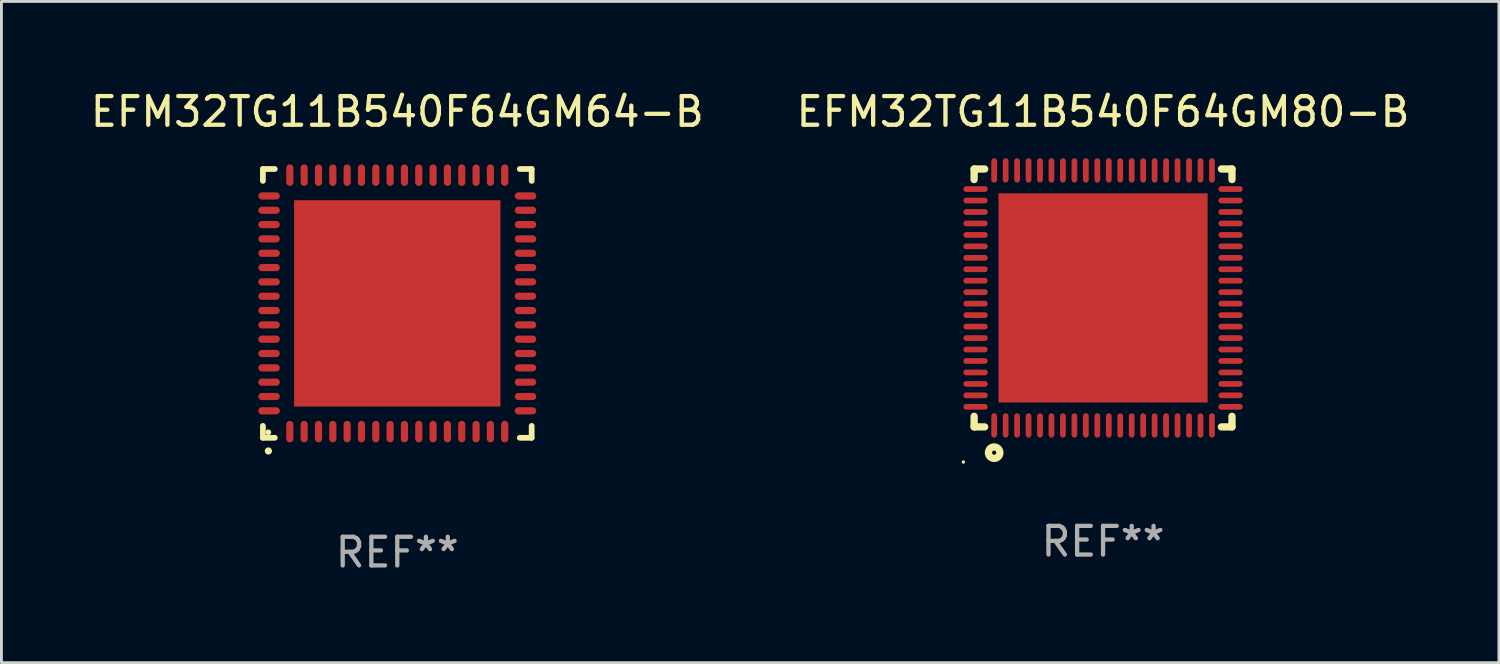
<source format=kicad_pcb>
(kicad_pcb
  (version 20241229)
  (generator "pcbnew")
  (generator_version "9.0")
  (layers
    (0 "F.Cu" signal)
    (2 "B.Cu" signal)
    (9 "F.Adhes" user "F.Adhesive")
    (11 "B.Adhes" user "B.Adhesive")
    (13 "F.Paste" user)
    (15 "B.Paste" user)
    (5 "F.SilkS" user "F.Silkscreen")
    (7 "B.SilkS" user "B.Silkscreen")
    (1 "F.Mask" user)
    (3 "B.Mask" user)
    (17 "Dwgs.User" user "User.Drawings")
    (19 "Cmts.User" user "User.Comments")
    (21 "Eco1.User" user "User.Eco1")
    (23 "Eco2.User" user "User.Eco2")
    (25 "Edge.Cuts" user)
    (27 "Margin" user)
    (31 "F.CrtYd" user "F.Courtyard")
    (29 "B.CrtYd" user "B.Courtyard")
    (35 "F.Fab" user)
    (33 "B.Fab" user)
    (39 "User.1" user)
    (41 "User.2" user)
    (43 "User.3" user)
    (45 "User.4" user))
  (footprint "EFM32TG11B540F64GM80-B"
    (layer "F.Cu")
    (at 35.446 7.348)
    (property "Reference" "EFM32TG11B540F64GM80-B" (at 0 -6.5 0) (layer "F.SilkS") (effects (font (size 1 1) (thickness 0.15))))
    (attr through_hole)
    (fp_line (start -4.5 -4.131) (end -4.5 -4.5) (stroke (width 0.254) (type solid)) (layer "F.SilkS"))
    (fp_line (start -4.5 4.5) (end -4.5 4.131) (stroke (width 0.254) (type solid)) (layer "F.SilkS"))
    (fp_line (start -4.5 -4.5) (end -4.131 -4.5) (stroke (width 0.254) (type solid)) (layer "F.SilkS"))
    (fp_line (start -4.131 4.5) (end -4.5 4.5) (stroke (width 0.254) (type solid)) (layer "F.SilkS"))
    (fp_line (start 4.131 -4.5) (end 4.5 -4.5) (stroke (width 0.254) (type solid)) (layer "F.SilkS"))
    (fp_line (start 4.5 -4.5) (end 4.5 -4.131) (stroke (width 0.254) (type solid)) (layer "F.SilkS"))
    (fp_line (start 4.5 4.131) (end 4.5 4.5) (stroke (width 0.254) (type solid)) (layer "F.SilkS"))
    (fp_line (start 4.5 4.5) (end 4.131 4.5) (stroke (width 0.254) (type solid)) (layer "F.SilkS"))
    (fp_circle (center -4.875 5.727) (end -4.845 5.727) (stroke (width 0.06) (type solid)) (fill no) (layer "F.SilkS"))
    (fp_circle (center -3.8 5.4) (end -3.6 5.4) (stroke (width 0.254) (type solid)) (fill no) (layer "F.SilkS"))
    (fp_text user "REF**" (at 0 8.5 0) (layer "F.Fab") (effects (font (size 1 1) (thickness 0.15))))
    (pad "1" smd oval (at -3.8 4.45 180) (size 0.2 0.85) (layers "F.Cu" "F.Mask" "F.Paste"))
    (pad "2" smd oval (at -3.4 4.45 180) (size 0.2 0.85) (layers "F.Cu" "F.Mask" "F.Paste"))
    (pad "3" smd oval (at -3 4.45 180) (size 0.2 0.85) (layers "F.Cu" "F.Mask" "F.Paste"))
    (pad "4" smd oval (at -2.6 4.45 180) (size 0.2 0.85) (layers "F.Cu" "F.Mask" "F.Paste"))
    (pad "5" smd oval (at -2.2 4.45 180) (size 0.2 0.85) (layers "F.Cu" "F.Mask" "F.Paste"))
    (pad "6" smd oval (at -1.8 4.45 180) (size 0.2 0.85) (layers "F.Cu" "F.Mask" "F.Paste"))
    (pad "7" smd oval (at -1.4 4.45 180) (size 0.2 0.85) (layers "F.Cu" "F.Mask" "F.Paste"))
    (pad "8" smd oval (at -1 4.45 180) (size 0.2 0.85) (layers "F.Cu" "F.Mask" "F.Paste"))
    (pad "9" smd oval (at -0.6 4.45 180) (size 0.2 0.85) (layers "F.Cu" "F.Mask" "F.Paste"))
    (pad "10" smd oval (at -0.2 4.45 180) (size 0.2 0.85) (layers "F.Cu" "F.Mask" "F.Paste"))
    (pad "11" smd oval (at 0.2 4.45 180) (size 0.2 0.85) (layers "F.Cu" "F.Mask" "F.Paste"))
    (pad "12" smd oval (at 0.6 4.45 180) (size 0.2 0.85) (layers "F.Cu" "F.Mask" "F.Paste"))
    (pad "13" smd oval (at 1 4.45 180) (size 0.2 0.85) (layers "F.Cu" "F.Mask" "F.Paste"))
    (pad "14" smd oval (at 1.4 4.45 180) (size 0.2 0.85) (layers "F.Cu" "F.Mask" "F.Paste"))
    (pad "15" smd oval (at 1.8 4.45 180) (size 0.2 0.85) (layers "F.Cu" "F.Mask" "F.Paste"))
    (pad "16" smd oval (at 2.2 4.45 180) (size 0.2 0.85) (layers "F.Cu" "F.Mask" "F.Paste"))
    (pad "17" smd oval (at 2.6 4.45 180) (size 0.2 0.85) (layers "F.Cu" "F.Mask" "F.Paste"))
    (pad "18" smd oval (at 3 4.45 180) (size 0.2 0.85) (layers "F.Cu" "F.Mask" "F.Paste"))
    (pad "19" smd oval (at 3.4 4.45 180) (size 0.2 0.85) (layers "F.Cu" "F.Mask" "F.Paste"))
    (pad "20" smd oval (at 3.8 4.45) (size 0.2 0.85) (layers "F.Cu" "F.Mask" "F.Paste"))
    (pad "21" smd oval (at 4.45 3.8 270) (size 0.2 0.85) (layers "F.Cu" "F.Mask" "F.Paste"))
    (pad "22" smd oval (at 4.45 3.4 90) (size 0.2 0.85) (layers "F.Cu" "F.Mask" "F.Paste"))
    (pad "23" smd oval (at 4.45 3 90) (size 0.2 0.85) (layers "F.Cu" "F.Mask" "F.Paste"))
    (pad "24" smd oval (at 4.45 2.6 90) (size 0.2 0.85) (layers "F.Cu" "F.Mask" "F.Paste"))
    (pad "25" smd oval (at 4.45 2.2 90) (size 0.2 0.85) (layers "F.Cu" "F.Mask" "F.Paste"))
    (pad "26" smd oval (at 4.45 1.8 90) (size 0.2 0.85) (layers "F.Cu" "F.Mask" "F.Paste"))
    (pad "27" smd oval (at 4.45 1.4 90) (size 0.2 0.85) (layers "F.Cu" "F.Mask" "F.Paste"))
    (pad "28" smd oval (at 4.45 1 90) (size 0.2 0.85) (layers "F.Cu" "F.Mask" "F.Paste"))
    (pad "29" smd oval (at 4.45 0.6 90) (size 0.2 0.85) (layers "F.Cu" "F.Mask" "F.Paste"))
    (pad "30" smd oval (at 4.45 0.2 90) (size 0.2 0.85) (layers "F.Cu" "F.Mask" "F.Paste"))
    (pad "31" smd oval (at 4.45 -0.2 90) (size 0.2 0.85) (layers "F.Cu" "F.Mask" "F.Paste"))
    (pad "32" smd oval (at 4.45 -0.6 90) (size 0.2 0.85) (layers "F.Cu" "F.Mask" "F.Paste"))
    (pad "33" smd oval (at 4.45 -1 90) (size 0.2 0.85) (layers "F.Cu" "F.Mask" "F.Paste"))
    (pad "34" smd oval (at 4.45 -1.4 90) (size 0.2 0.85) (layers "F.Cu" "F.Mask" "F.Paste"))
    (pad "35" smd oval (at 4.45 -1.8 90) (size 0.2 0.85) (layers "F.Cu" "F.Mask" "F.Paste"))
    (pad "36" smd oval (at 4.45 -2.2 90) (size 0.2 0.85) (layers "F.Cu" "F.Mask" "F.Paste"))
    (pad "37" smd oval (at 4.45 -2.6 90) (size 0.2 0.85) (layers "F.Cu" "F.Mask" "F.Paste"))
    (pad "38" smd oval (at 4.45 -3 90) (size 0.2 0.85) (layers "F.Cu" "F.Mask" "F.Paste"))
    (pad "39" smd oval (at 4.45 -3.4 90) (size 0.2 0.85) (layers "F.Cu" "F.Mask" "F.Paste"))
    (pad "40" smd oval (at 4.45 -3.8 90) (size 0.2 0.85) (layers "F.Cu" "F.Mask" "F.Paste"))
    (pad "41" smd oval (at 3.8 -4.45) (size 0.2 0.85) (layers "F.Cu" "F.Mask" "F.Paste"))
    (pad "42" smd oval (at 3.4 -4.45 180) (size 0.2 0.85) (layers "F.Cu" "F.Mask" "F.Paste"))
    (pad "43" smd oval (at 3 -4.45 180) (size 0.2 0.85) (layers "F.Cu" "F.Mask" "F.Paste"))
    (pad "44" smd oval (at 2.6 -4.45 180) (size 0.2 0.85) (layers "F.Cu" "F.Mask" "F.Paste"))
    (pad "45" smd oval (at 2.2 -4.45 180) (size 0.2 0.85) (layers "F.Cu" "F.Mask" "F.Paste"))
    (pad "46" smd oval (at 1.8 -4.45 180) (size 0.2 0.85) (layers "F.Cu" "F.Mask" "F.Paste"))
    (pad "47" smd oval (at 1.4 -4.45 180) (size 0.2 0.85) (layers "F.Cu" "F.Mask" "F.Paste"))
    (pad "48" smd oval (at 1 -4.45 180) (size 0.2 0.85) (layers "F.Cu" "F.Mask" "F.Paste"))
    (pad "49" smd oval (at 0.6 -4.45 180) (size 0.2 0.85) (layers "F.Cu" "F.Mask" "F.Paste"))
    (pad "50" smd oval (at 0.2 -4.45 180) (size 0.2 0.85) (layers "F.Cu" "F.Mask" "F.Paste"))
    (pad "51" smd oval (at -0.2 -4.45 180) (size 0.2 0.85) (layers "F.Cu" "F.Mask" "F.Paste"))
    (pad "52" smd oval (at -0.6 -4.45 180) (size 0.2 0.85) (layers "F.Cu" "F.Mask" "F.Paste"))
    (pad "53" smd oval (at -1 -4.45 180) (size 0.2 0.85) (layers "F.Cu" "F.Mask" "F.Paste"))
    (pad "54" smd oval (at -1.4 -4.45 180) (size 0.2 0.85) (layers "F.Cu" "F.Mask" "F.Paste"))
    (pad "55" smd oval (at -1.8 -4.45 180) (size 0.2 0.85) (layers "F.Cu" "F.Mask" "F.Paste"))
    (pad "56" smd oval (at -2.2 -4.45 180) (size 0.2 0.85) (layers "F.Cu" "F.Mask" "F.Paste"))
    (pad "57" smd oval (at -2.6 -4.45 180) (size 0.2 0.85) (layers "F.Cu" "F.Mask" "F.Paste"))
    (pad "58" smd oval (at -3 -4.45 180) (size 0.2 0.85) (layers "F.Cu" "F.Mask" "F.Paste"))
    (pad "59" smd oval (at -3.4 -4.45 180) (size 0.2 0.85) (layers "F.Cu" "F.Mask" "F.Paste"))
    (pad "60" smd oval (at -3.8 -4.45 180) (size 0.2 0.85) (layers "F.Cu" "F.Mask" "F.Paste"))
    (pad "61" smd oval (at -4.45 -3.8 90) (size 0.2 0.85) (layers "F.Cu" "F.Mask" "F.Paste"))
    (pad "62" smd oval (at -4.45 -3.4 90) (size 0.2 0.85) (layers "F.Cu" "F.Mask" "F.Paste"))
    (pad "63" smd oval (at -4.45 -3 90) (size 0.2 0.85) (layers "F.Cu" "F.Mask" "F.Paste"))
    (pad "64" smd oval (at -4.45 -2.6 90) (size 0.2 0.85) (layers "F.Cu" "F.Mask" "F.Paste"))
    (pad "65" smd oval (at -4.45 -2.2 90) (size 0.2 0.85) (layers "F.Cu" "F.Mask" "F.Paste"))
    (pad "66" smd oval (at -4.45 -1.8 90) (size 0.2 0.85) (layers "F.Cu" "F.Mask" "F.Paste"))
    (pad "67" smd oval (at -4.45 -1.4 90) (size 0.2 0.85) (layers "F.Cu" "F.Mask" "F.Paste"))
    (pad "68" smd oval (at -4.45 -1 90) (size 0.2 0.85) (layers "F.Cu" "F.Mask" "F.Paste"))
    (pad "69" smd oval (at -4.45 -0.6 90) (size 0.2 0.85) (layers "F.Cu" "F.Mask" "F.Paste"))
    (pad "70" smd oval (at -4.45 -0.2 90) (size 0.2 0.85) (layers "F.Cu" "F.Mask" "F.Paste"))
    (pad "71" smd oval (at -4.45 0.2 90) (size 0.2 0.85) (layers "F.Cu" "F.Mask" "F.Paste"))
    (pad "72" smd oval (at -4.45 0.6 90) (size 0.2 0.85) (layers "F.Cu" "F.Mask" "F.Paste"))
    (pad "73" smd oval (at -4.45 1 90) (size 0.2 0.85) (layers "F.Cu" "F.Mask" "F.Paste"))
    (pad "74" smd oval (at -4.45 1.4 90) (size 0.2 0.85) (layers "F.Cu" "F.Mask" "F.Paste"))
    (pad "75" smd oval (at -4.45 1.8 90) (size 0.2 0.85) (layers "F.Cu" "F.Mask" "F.Paste"))
    (pad "76" smd oval (at -4.45 2.2 90) (size 0.2 0.85) (layers "F.Cu" "F.Mask" "F.Paste"))
    (pad "77" smd oval (at -4.45 2.6 90) (size 0.2 0.85) (layers "F.Cu" "F.Mask" "F.Paste"))
    (pad "78" smd oval (at -4.45 3 90) (size 0.2 0.85) (layers "F.Cu" "F.Mask" "F.Paste"))
    (pad "79" smd oval (at -4.45 3.4 90) (size 0.2 0.85) (layers "F.Cu" "F.Mask" "F.Paste"))
    (pad "80" smd oval (at -4.45 3.8 270) (size 0.2 0.85) (layers "F.Cu" "F.Mask" "F.Paste"))
    (pad "81" smd rect (at 0.000013 -0.000013) (size 7.3 7.3) (layers "F.Cu" "F.Mask" "F.Paste")))
  (footprint "EFM32TG11B540F64GM64-B"
    (layer "F.Cu")
    (at 10.815 7.538)
    (property "Reference" "EFM32TG11B540F64GM64-B" (at 0 -6.69 0) (layer "F.SilkS") (effects (font (size 1 1) (thickness 0.15))))
    (attr through_hole)
    (fp_line (start -4.69 -4.69) (end -4.275 -4.69) (stroke (width 0.2) (type solid)) (layer "F.SilkS"))
    (fp_line (start -4.69 -4.275) (end -4.69 -4.69) (stroke (width 0.2) (type solid)) (layer "F.SilkS"))
    (fp_line (start -4.69 4.69) (end -4.69 4.275) (stroke (width 0.2) (type solid)) (layer "F.SilkS"))
    (fp_line (start -4.275 4.69) (end -4.69 4.69) (stroke (width 0.2) (type solid)) (layer "F.SilkS"))
    (fp_line (start 4.275 4.69) (end 4.69 4.69) (stroke (width 0.2) (type solid)) (layer "F.SilkS"))
    (fp_line (start 4.69 -4.69) (end 4.275 -4.69) (stroke (width 0.2) (type solid)) (layer "F.SilkS"))
    (fp_line (start 4.69 -4.275) (end 4.69 -4.69) (stroke (width 0.2) (type solid)) (layer "F.SilkS"))
    (fp_line (start 4.69 4.69) (end 4.69 4.275) (stroke (width 0.2) (type solid)) (layer "F.SilkS"))
    (fp_arc (start -4.499886 5.15) (mid -4.498616 5.149994) (end -4.497346 5.15) (stroke (width 0.24892) (type solid)) (layer "F.SilkS"))
    (fp_circle (center -4.5 4.5) (end -4.45 4.5) (stroke (width 0.1) (type solid)) (fill no) (layer "F.SilkS"))
    (fp_text user "REF**" (at 0 8.69 0) (layer "F.Fab") (effects (font (size 1 1) (thickness 0.15))))
    (pad "1" smd oval (at -3.75 4.475) (size 0.25 0.75) (layers "F.Cu" "F.Mask" "F.Paste"))
    (pad "2" smd oval (at -3.25 4.475) (size 0.25 0.75) (layers "F.Cu" "F.Mask" "F.Paste"))
    (pad "3" smd oval (at -2.75 4.475) (size 0.25 0.75) (layers "F.Cu" "F.Mask" "F.Paste"))
    (pad "4" smd oval (at -2.25 4.475) (size 0.25 0.75) (layers "F.Cu" "F.Mask" "F.Paste"))
    (pad "5" smd oval (at -1.75 4.475) (size 0.25 0.75) (layers "F.Cu" "F.Mask" "F.Paste"))
    (pad "6" smd oval (at -1.25 4.475) (size 0.25 0.75) (layers "F.Cu" "F.Mask" "F.Paste"))
    (pad "7" smd oval (at -0.75 4.475) (size 0.25 0.75) (layers "F.Cu" "F.Mask" "F.Paste"))
    (pad "8" smd oval (at -0.25 4.475) (size 0.25 0.75) (layers "F.Cu" "F.Mask" "F.Paste"))
    (pad "9" smd oval (at 0.25 4.475) (size 0.25 0.75) (layers "F.Cu" "F.Mask" "F.Paste"))
    (pad "10" smd oval (at 0.75 4.475) (size 0.25 0.75) (layers "F.Cu" "F.Mask" "F.Paste"))
    (pad "11" smd oval (at 1.25 4.475) (size 0.25 0.75) (layers "F.Cu" "F.Mask" "F.Paste"))
    (pad "12" smd oval (at 1.75 4.475) (size 0.25 0.75) (layers "F.Cu" "F.Mask" "F.Paste"))
    (pad "13" smd oval (at 2.25 4.475) (size 0.25 0.75) (layers "F.Cu" "F.Mask" "F.Paste"))
    (pad "14" smd oval (at 2.75 4.475) (size 0.25 0.75) (layers "F.Cu" "F.Mask" "F.Paste"))
    (pad "15" smd oval (at 3.25 4.475) (size 0.25 0.75) (layers "F.Cu" "F.Mask" "F.Paste"))
    (pad "16" smd oval (at 3.75 4.475) (size 0.25 0.75) (layers "F.Cu" "F.Mask" "F.Paste"))
    (pad "17" smd oval (at 4.475 3.75) (size 0.75 0.25) (layers "F.Cu" "F.Mask" "F.Paste"))
    (pad "18" smd oval (at 4.475 3.25) (size 0.75 0.25) (layers "F.Cu" "F.Mask" "F.Paste"))
    (pad "19" smd oval (at 4.475 2.75) (size 0.75 0.25) (layers "F.Cu" "F.Mask" "F.Paste"))
    (pad "20" smd oval (at 4.475 2.25) (size 0.75 0.25) (layers "F.Cu" "F.Mask" "F.Paste"))
    (pad "21" smd oval (at 4.475 1.75) (size 0.75 0.25) (layers "F.Cu" "F.Mask" "F.Paste"))
    (pad "22" smd oval (at 4.475 1.25) (size 0.75 0.25) (layers "F.Cu" "F.Mask" "F.Paste"))
    (pad "23" smd oval (at 4.475 0.75) (size 0.75 0.25) (layers "F.Cu" "F.Mask" "F.Paste"))
    (pad "24" smd oval (at 4.475 0.25) (size 0.75 0.25) (layers "F.Cu" "F.Mask" "F.Paste"))
    (pad "25" smd oval (at 4.475 -0.25) (size 0.75 0.25) (layers "F.Cu" "F.Mask" "F.Paste"))
    (pad "26" smd oval (at 4.475 -0.75) (size 0.75 0.25) (layers "F.Cu" "F.Mask" "F.Paste"))
    (pad "27" smd oval (at 4.475 -1.25) (size 0.75 0.25) (layers "F.Cu" "F.Mask" "F.Paste"))
    (pad "28" smd oval (at 4.475 -1.75) (size 0.75 0.25) (layers "F.Cu" "F.Mask" "F.Paste"))
    (pad "29" smd oval (at 4.475 -2.25) (size 0.75 0.25) (layers "F.Cu" "F.Mask" "F.Paste"))
    (pad "30" smd oval (at 4.475 -2.75) (size 0.75 0.25) (layers "F.Cu" "F.Mask" "F.Paste"))
    (pad "31" smd oval (at 4.475 -3.25) (size 0.75 0.25) (layers "F.Cu" "F.Mask" "F.Paste"))
    (pad "32" smd oval (at 4.475 -3.75) (size 0.75 0.25) (layers "F.Cu" "F.Mask" "F.Paste"))
    (pad "33" smd oval (at 3.75 -4.475) (size 0.25 0.75) (layers "F.Cu" "F.Mask" "F.Paste"))
    (pad "34" smd oval (at 3.25 -4.475) (size 0.25 0.75) (layers "F.Cu" "F.Mask" "F.Paste"))
    (pad "35" smd oval (at 2.75 -4.475) (size 0.25 0.75) (layers "F.Cu" "F.Mask" "F.Paste"))
    (pad "36" smd oval (at 2.25 -4.475) (size 0.25 0.75) (layers "F.Cu" "F.Mask" "F.Paste"))
    (pad "37" smd oval (at 1.75 -4.475) (size 0.25 0.75) (layers "F.Cu" "F.Mask" "F.Paste"))
    (pad "38" smd oval (at 1.25 -4.475) (size 0.25 0.75) (layers "F.Cu" "F.Mask" "F.Paste"))
    (pad "39" smd oval (at 0.75 -4.475) (size 0.25 0.75) (layers "F.Cu" "F.Mask" "F.Paste"))
    (pad "40" smd oval (at 0.25 -4.475) (size 0.25 0.75) (layers "F.Cu" "F.Mask" "F.Paste"))
    (pad "41" smd oval (at -0.25 -4.475) (size 0.25 0.75) (layers "F.Cu" "F.Mask" "F.Paste"))
    (pad "42" smd oval (at -0.75 -4.475) (size 0.25 0.75) (layers "F.Cu" "F.Mask" "F.Paste"))
    (pad "43" smd oval (at -1.25 -4.475) (size 0.25 0.75) (layers "F.Cu" "F.Mask" "F.Paste"))
    (pad "44" smd oval (at -1.75 -4.475) (size 0.25 0.75) (layers "F.Cu" "F.Mask" "F.Paste"))
    (pad "45" smd oval (at -2.25 -4.475) (size 0.25 0.75) (layers "F.Cu" "F.Mask" "F.Paste"))
    (pad "46" smd oval (at -2.75 -4.475) (size 0.25 0.75) (layers "F.Cu" "F.Mask" "F.Paste"))
    (pad "47" smd oval (at -3.25 -4.475) (size 0.25 0.75) (layers "F.Cu" "F.Mask" "F.Paste"))
    (pad "48" smd oval (at -3.75 -4.475) (size 0.25 0.75) (layers "F.Cu" "F.Mask" "F.Paste"))
    (pad "49" smd oval (at -4.475 -3.75) (size 0.75 0.25) (layers "F.Cu" "F.Mask" "F.Paste"))
    (pad "50" smd oval (at -4.475 -3.25) (size 0.75 0.25) (layers "F.Cu" "F.Mask" "F.Paste"))
    (pad "51" smd oval (at -4.475 -2.75) (size 0.75 0.25) (layers "F.Cu" "F.Mask" "F.Paste"))
    (pad "52" smd oval (at -4.475 -2.25) (size 0.75 0.25) (layers "F.Cu" "F.Mask" "F.Paste"))
    (pad "53" smd oval (at -4.475 -1.75) (size 0.75 0.25) (layers "F.Cu" "F.Mask" "F.Paste"))
    (pad "54" smd oval (at -4.475 -1.25) (size 0.75 0.25) (layers "F.Cu" "F.Mask" "F.Paste"))
    (pad "55" smd oval (at -4.475 -0.75) (size 0.75 0.25) (layers "F.Cu" "F.Mask" "F.Paste"))
    (pad "56" smd oval (at -4.475 -0.25) (size 0.75 0.25) (layers "F.Cu" "F.Mask" "F.Paste"))
    (pad "57" smd oval (at -4.475 0.25) (size 0.75 0.25) (layers "F.Cu" "F.Mask" "F.Paste"))
    (pad "58" smd oval (at -4.475 0.75) (size 0.75 0.25) (layers "F.Cu" "F.Mask" "F.Paste"))
    (pad "59" smd oval (at -4.475 1.25) (size 0.75 0.25) (layers "F.Cu" "F.Mask" "F.Paste"))
    (pad "60" smd oval (at -4.475 1.75) (size 0.75 0.25) (layers "F.Cu" "F.Mask" "F.Paste"))
    (pad "61" smd oval (at -4.475 2.25) (size 0.75 0.25) (layers "F.Cu" "F.Mask" "F.Paste"))
    (pad "62" smd oval (at -4.475 2.75) (size 0.75 0.25) (layers "F.Cu" "F.Mask" "F.Paste"))
    (pad "63" smd oval (at -4.475 3.25) (size 0.75 0.25) (layers "F.Cu" "F.Mask" "F.Paste"))
    (pad "64" smd oval (at -4.475 3.75) (size 0.75 0.25) (layers "F.Cu" "F.Mask" "F.Paste"))
    (pad "65" smd rect (at 0.000368 0.000013) (size 7.2 7.2) (layers "F.Cu" "F.Mask" "F.Paste")))
  (gr_rect
    (start -3 -3)
    (end 49.262 20.077)
    (stroke (width 0.1) (type default))
    (fill no)
    (layer "Edge.Cuts")))
</source>
